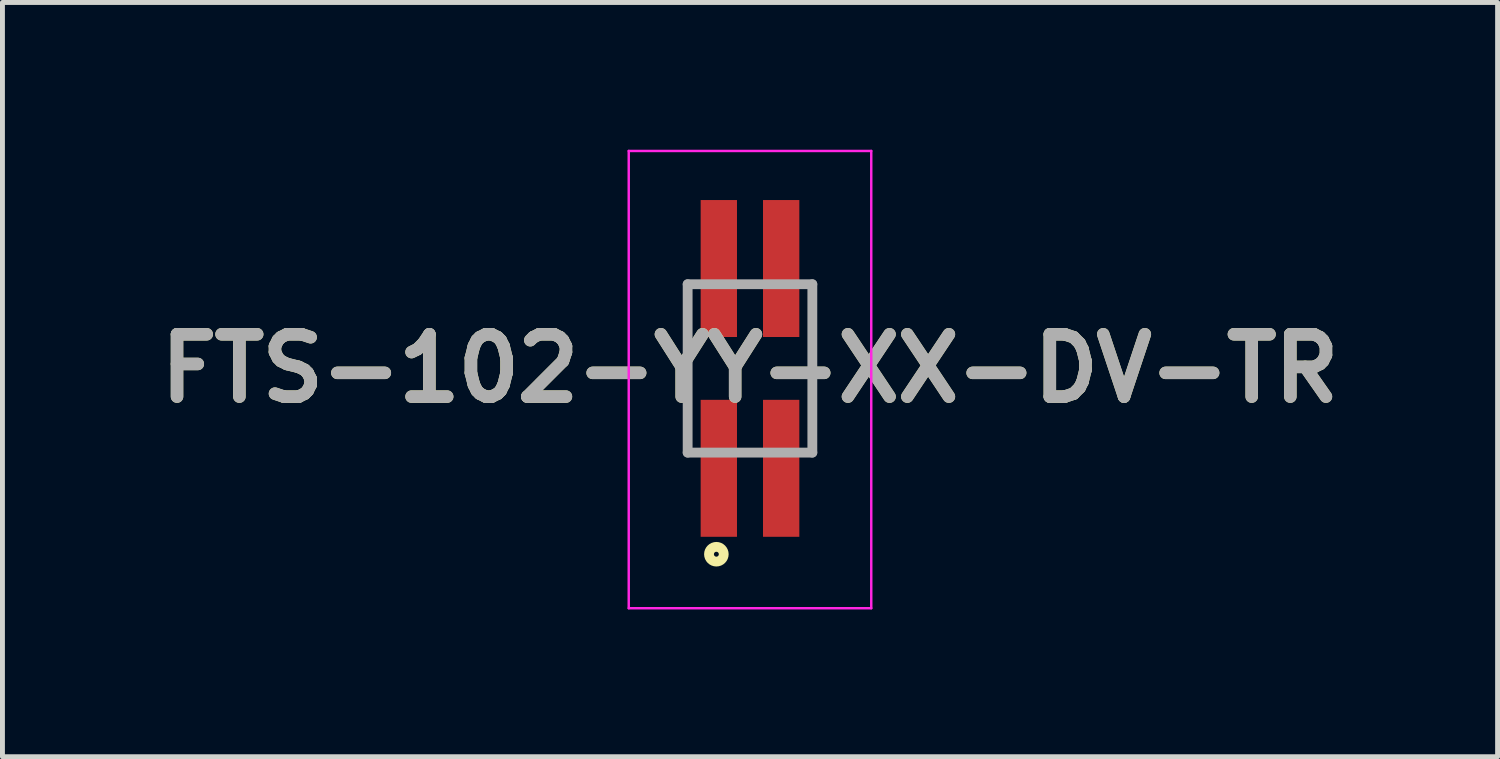
<source format=kicad_pcb>
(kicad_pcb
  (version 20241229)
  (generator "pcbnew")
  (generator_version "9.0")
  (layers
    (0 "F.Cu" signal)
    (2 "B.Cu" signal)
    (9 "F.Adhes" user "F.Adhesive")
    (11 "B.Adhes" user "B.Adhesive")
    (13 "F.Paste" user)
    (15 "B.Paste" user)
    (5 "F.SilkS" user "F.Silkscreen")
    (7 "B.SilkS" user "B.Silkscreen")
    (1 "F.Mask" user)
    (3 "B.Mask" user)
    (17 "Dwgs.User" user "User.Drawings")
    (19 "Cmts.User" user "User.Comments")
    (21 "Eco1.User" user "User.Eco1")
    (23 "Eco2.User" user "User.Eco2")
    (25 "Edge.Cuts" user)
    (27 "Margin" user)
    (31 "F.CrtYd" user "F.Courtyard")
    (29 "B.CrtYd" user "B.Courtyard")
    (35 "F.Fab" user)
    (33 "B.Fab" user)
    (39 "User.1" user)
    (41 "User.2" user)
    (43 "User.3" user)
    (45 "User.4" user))
  (footprint "FTS-102-YY-XX-DV-TR"
    (layer "F.Cu")
    (at 12.228 4.455)
    (property "Reference" "FTS-102-YY-XX-DV-TR" (at 0 0 0) (layer "F.SilkS") (effects (font (size 1.27 1.27) (thickness 0.254))))
    (attr smd)
    (fp_line (start -1.27 1.715) (end -1.27 -1.715) (stroke (width 0.1) (type solid)) (layer "F.SilkS"))
    (fp_line (start 1.27 -1.715) (end 1.27 1.715) (stroke (width 0.1) (type solid)) (layer "F.SilkS"))
    (fp_circle (center -0.685 3.785) (end -0.685 3.835) (stroke (width 0.2) (type solid)) (fill no) (layer "F.SilkS"))
    (fp_line (start -2.47 -4.43) (end 2.47 -4.43) (stroke (width 0.05) (type solid)) (layer "F.CrtYd"))
    (fp_line (start -2.47 4.885) (end -2.47 -4.43) (stroke (width 0.05) (type solid)) (layer "F.CrtYd"))
    (fp_line (start 2.47 -4.43) (end 2.47 4.885) (stroke (width 0.05) (type solid)) (layer "F.CrtYd"))
    (fp_line (start 2.47 4.885) (end -2.47 4.885) (stroke (width 0.05) (type solid)) (layer "F.CrtYd"))
    (fp_line (start -1.27 -1.715) (end 1.27 -1.715) (stroke (width 0.2) (type solid)) (layer "F.Fab"))
    (fp_line (start -1.27 1.715) (end -1.27 -1.715) (stroke (width 0.2) (type solid)) (layer "F.Fab"))
    (fp_line (start 1.27 -1.715) (end 1.27 1.715) (stroke (width 0.2) (type solid)) (layer "F.Fab"))
    (fp_line (start 1.27 1.715) (end -1.27 1.715) (stroke (width 0.2) (type solid)) (layer "F.Fab"))
    (fp_text user "${REFERENCE}" (at 0 0 0) (layer "F.Fab") (effects (font (size 1.27 1.27) (thickness 0.254))))
    (pad "1" smd rect (at -0.635 2.035) (size 0.74 2.79) (layers "F.Cu" "F.Mask" "F.Paste"))
    (pad "2" smd rect (at -0.635 -2.035) (size 0.74 2.79) (layers "F.Cu" "F.Mask" "F.Paste"))
    (pad "3" smd rect (at 0.635 2.035) (size 0.74 2.79) (layers "F.Cu" "F.Mask" "F.Paste"))
    (pad "4" smd rect (at 0.635 -2.035) (size 0.74 2.79) (layers "F.Cu" "F.Mask" "F.Paste")))
  (gr_rect
    (start -3 -3)
    (end 27.457 12.365)
    (stroke (width 0.1) (type default))
    (fill no)
    (layer "Edge.Cuts")))
</source>
